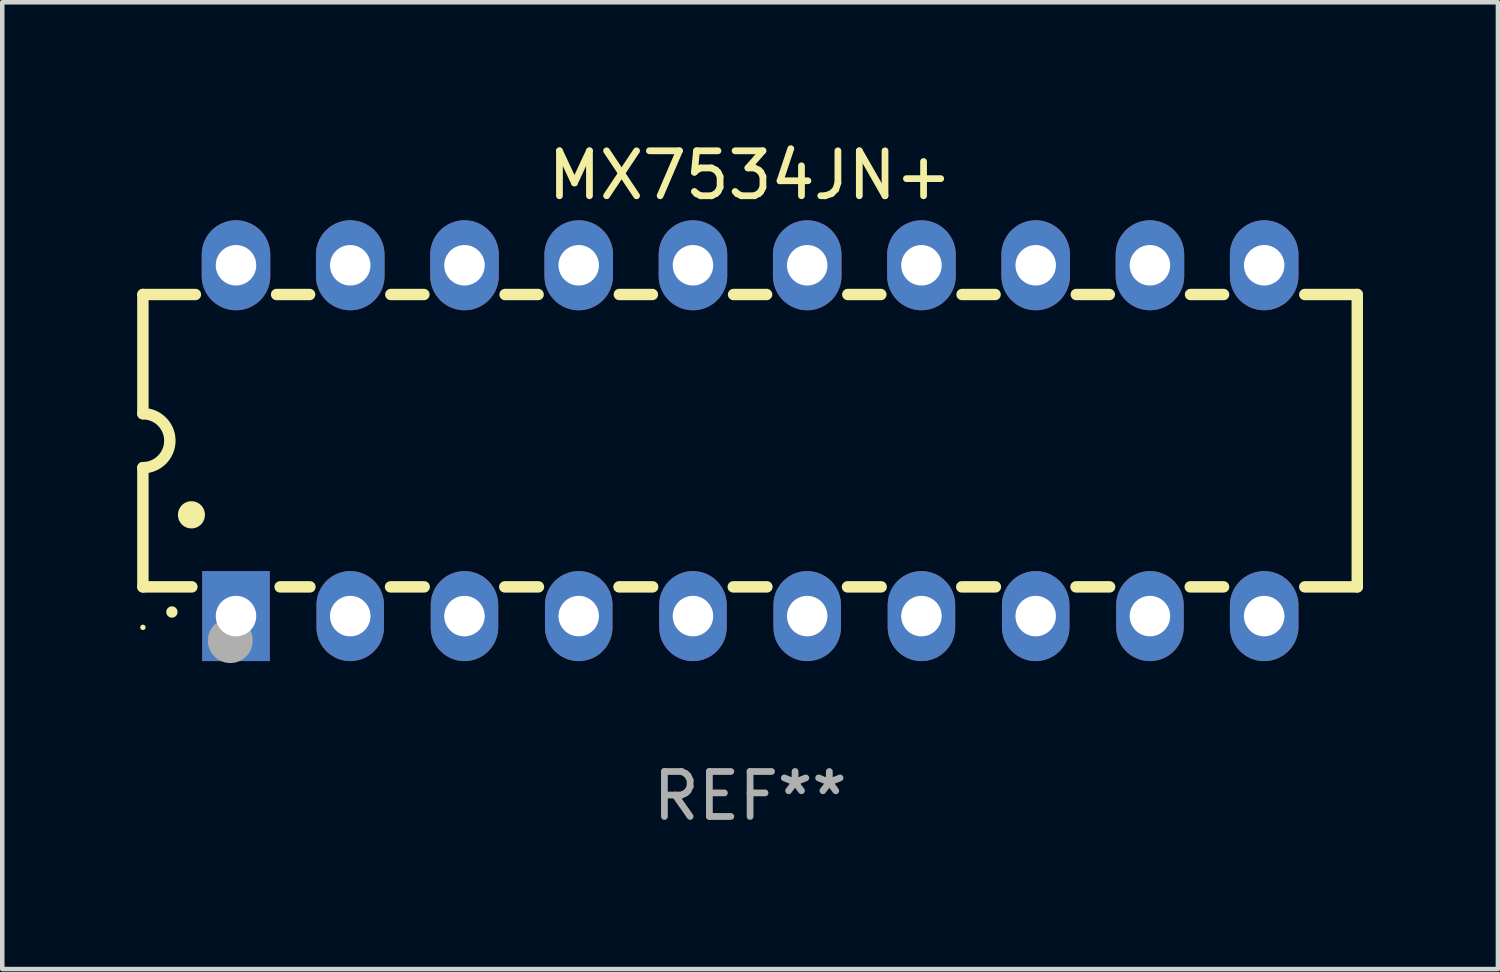
<source format=kicad_pcb>
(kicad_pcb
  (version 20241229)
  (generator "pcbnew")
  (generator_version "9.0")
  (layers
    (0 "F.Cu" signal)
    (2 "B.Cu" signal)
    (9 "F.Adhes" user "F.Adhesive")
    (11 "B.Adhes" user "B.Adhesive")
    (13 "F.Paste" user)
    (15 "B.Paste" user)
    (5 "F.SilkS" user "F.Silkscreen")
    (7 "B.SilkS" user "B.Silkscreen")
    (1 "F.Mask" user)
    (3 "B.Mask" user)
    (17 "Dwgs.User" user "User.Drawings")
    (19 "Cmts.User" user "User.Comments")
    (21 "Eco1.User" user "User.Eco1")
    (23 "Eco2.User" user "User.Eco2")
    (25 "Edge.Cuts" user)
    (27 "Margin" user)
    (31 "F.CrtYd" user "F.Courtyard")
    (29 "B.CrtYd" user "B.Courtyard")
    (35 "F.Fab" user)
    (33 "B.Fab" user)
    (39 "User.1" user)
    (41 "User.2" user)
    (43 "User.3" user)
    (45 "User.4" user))
  (footprint "MX7534JN+"
    (layer "F.Cu")
    (at 13.627 6.748)
    (property "Reference" "MX7534JN+" (at 0 -5.9 0) (layer "F.SilkS") (effects (font (size 1 1) (thickness 0.15))))
    (attr through_hole)
    (fp_line (start -13.5 -3.25) (end -12.333 -3.25) (stroke (width 0.254) (type solid)) (layer "F.SilkS"))
    (fp_line (start -13.5 -0.6) (end -13.5 -3.25) (stroke (width 0.254) (type solid)) (layer "F.SilkS"))
    (fp_line (start -13.5 3.25) (end -13.5 0.6) (stroke (width 0.254) (type solid)) (layer "F.SilkS"))
    (fp_line (start -13.5 3.25) (end -12.411 3.25) (stroke (width 0.254) (type solid)) (layer "F.SilkS"))
    (fp_line (start -10.527 -3.25) (end -9.793 -3.25) (stroke (width 0.254) (type solid)) (layer "F.SilkS"))
    (fp_line (start -10.449 3.25) (end -9.786 3.25) (stroke (width 0.254) (type solid)) (layer "F.SilkS"))
    (fp_line (start -7.994 3.25) (end -7.246 3.25) (stroke (width 0.254) (type solid)) (layer "F.SilkS"))
    (fp_line (start -7.987 -3.25) (end -7.253 -3.25) (stroke (width 0.254) (type solid)) (layer "F.SilkS"))
    (fp_line (start -5.454 3.25) (end -4.706 3.25) (stroke (width 0.254) (type solid)) (layer "F.SilkS"))
    (fp_line (start -5.447 -3.25) (end -4.713 -3.25) (stroke (width 0.254) (type solid)) (layer "F.SilkS"))
    (fp_line (start -2.914 3.25) (end -2.166 3.25) (stroke (width 0.254) (type solid)) (layer "F.SilkS"))
    (fp_line (start -2.907 -3.25) (end -2.173 -3.25) (stroke (width 0.254) (type solid)) (layer "F.SilkS"))
    (fp_line (start -0.374 3.25) (end 0.374 3.25) (stroke (width 0.254) (type solid)) (layer "F.SilkS"))
    (fp_line (start -0.367 -3.25) (end 0.367 -3.25) (stroke (width 0.254) (type solid)) (layer "F.SilkS"))
    (fp_line (start 2.166 3.25) (end 2.914 3.25) (stroke (width 0.254) (type solid)) (layer "F.SilkS"))
    (fp_line (start 2.173 -3.25) (end 2.907 -3.25) (stroke (width 0.254) (type solid)) (layer "F.SilkS"))
    (fp_line (start 4.706 3.25) (end 5.454 3.25) (stroke (width 0.254) (type solid)) (layer "F.SilkS"))
    (fp_line (start 4.713 -3.25) (end 5.447 -3.25) (stroke (width 0.254) (type solid)) (layer "F.SilkS"))
    (fp_line (start 7.246 3.25) (end 7.994 3.25) (stroke (width 0.254) (type solid)) (layer "F.SilkS"))
    (fp_line (start 7.253 -3.25) (end 7.987 -3.25) (stroke (width 0.254) (type solid)) (layer "F.SilkS"))
    (fp_line (start 9.786 3.25) (end 10.527 3.25) (stroke (width 0.254) (type solid)) (layer "F.SilkS"))
    (fp_line (start 9.793 -3.25) (end 10.527 -3.25) (stroke (width 0.254) (type solid)) (layer "F.SilkS"))
    (fp_line (start 12.333 -3.25) (end 13.5 -3.25) (stroke (width 0.254) (type solid)) (layer "F.SilkS"))
    (fp_line (start 12.333 3.25) (end 13.5 3.25) (stroke (width 0.254) (type solid)) (layer "F.SilkS"))
    (fp_line (start 13.5 -3.25) (end 13.5 3.25) (stroke (width 0.254) (type solid)) (layer "F.SilkS"))
    (fp_arc (start -13.500127 -0.599442) (mid -12.900406 0.000228) (end -13.500025 0.6) (stroke (width 0.254001) (type solid)) (layer "F.SilkS"))
    (fp_arc (start -12.854966 3.810008) (mid -12.854973 3.808738) (end -12.854966 3.807468) (stroke (width 0.25) (type solid)) (layer "F.SilkS"))
    (fp_arc (start -12.420625 1.651003) (mid -12.420636 1.648463) (end -12.420625 1.645923) (stroke (width 0.6) (type solid)) (layer "F.SilkS"))
    (fp_circle (center -13.5 4.15) (end -13.47 4.15) (stroke (width 0.06) (type solid)) (fill no) (layer "F.SilkS"))
    (fp_circle (center -11.557 4.445) (end -11.307 4.445) (stroke (width 0.5) (type solid)) (fill no) (layer "F.Fab"))
    (fp_text user "REF**" (at 0 7.9 0) (layer "F.Fab") (effects (font (size 1 1) (thickness 0.15))))
    (pad "1" thru_hole rect (at -11.43 3.9 90) (size 2 1.5) (drill 0.9) (layers "*.Cu" "*.Mask"))
    (pad "2" thru_hole oval (at -8.89 3.9 90) (size 2 1.5) (drill 0.9) (layers "*.Cu" "*.Mask"))
    (pad "3" thru_hole oval (at -6.35 3.9 90) (size 2 1.5) (drill 0.9) (layers "*.Cu" "*.Mask"))
    (pad "4" thru_hole oval (at -3.81 3.9 90) (size 2 1.5) (drill 0.9) (layers "*.Cu" "*.Mask"))
    (pad "5" thru_hole oval (at -1.27 3.9 90) (size 2 1.5) (drill 0.9) (layers "*.Cu" "*.Mask"))
    (pad "6" thru_hole oval (at 1.27 3.9 90) (size 2 1.5) (drill 0.9) (layers "*.Cu" "*.Mask"))
    (pad "7" thru_hole oval (at 3.81 3.9 90) (size 2 1.5) (drill 0.9) (layers "*.Cu" "*.Mask"))
    (pad "8" thru_hole oval (at 6.35 3.9 90) (size 2 1.5) (drill 0.9) (layers "*.Cu" "*.Mask"))
    (pad "9" thru_hole oval (at 8.89 3.9 90) (size 2 1.5) (drill 0.9) (layers "*.Cu" "*.Mask"))
    (pad "10" thru_hole oval (at 11.43 3.9 90) (size 2 1.524) (drill 0.9) (layers "*.Cu" "*.Mask"))
    (pad "11" thru_hole oval (at 11.43 -3.9 90) (size 2 1.524) (drill 0.9) (layers "*.Cu" "*.Mask"))
    (pad "12" thru_hole oval (at 8.89 -3.9 90) (size 2 1.524) (drill 0.9) (layers "*.Cu" "*.Mask"))
    (pad "13" thru_hole oval (at 6.35 -3.9 90) (size 2 1.524) (drill 0.9) (layers "*.Cu" "*.Mask"))
    (pad "14" thru_hole oval (at 3.81 -3.9 90) (size 2 1.524) (drill 0.9) (layers "*.Cu" "*.Mask"))
    (pad "15" thru_hole oval (at 1.27 -3.9 90) (size 2 1.524) (drill 0.9) (layers "*.Cu" "*.Mask"))
    (pad "16" thru_hole oval (at -1.27 -3.9 90) (size 2 1.524) (drill 0.9) (layers "*.Cu" "*.Mask"))
    (pad "17" thru_hole oval (at -3.81 -3.9 90) (size 2 1.524) (drill 0.9) (layers "*.Cu" "*.Mask"))
    (pad "18" thru_hole oval (at -6.35 -3.9 90) (size 2 1.524) (drill 0.9) (layers "*.Cu" "*.Mask"))
    (pad "19" thru_hole oval (at -8.89 -3.9 90) (size 2 1.524) (drill 0.9) (layers "*.Cu" "*.Mask"))
    (pad "20" thru_hole oval (at -11.43 -3.9 90) (size 2 1.524) (drill 0.9) (layers "*.Cu" "*.Mask")))
  (gr_rect
    (start -3 -3)
    (end 30.254 18.496)
    (stroke (width 0.1) (type default))
    (fill no)
    (layer "Edge.Cuts")))
</source>
